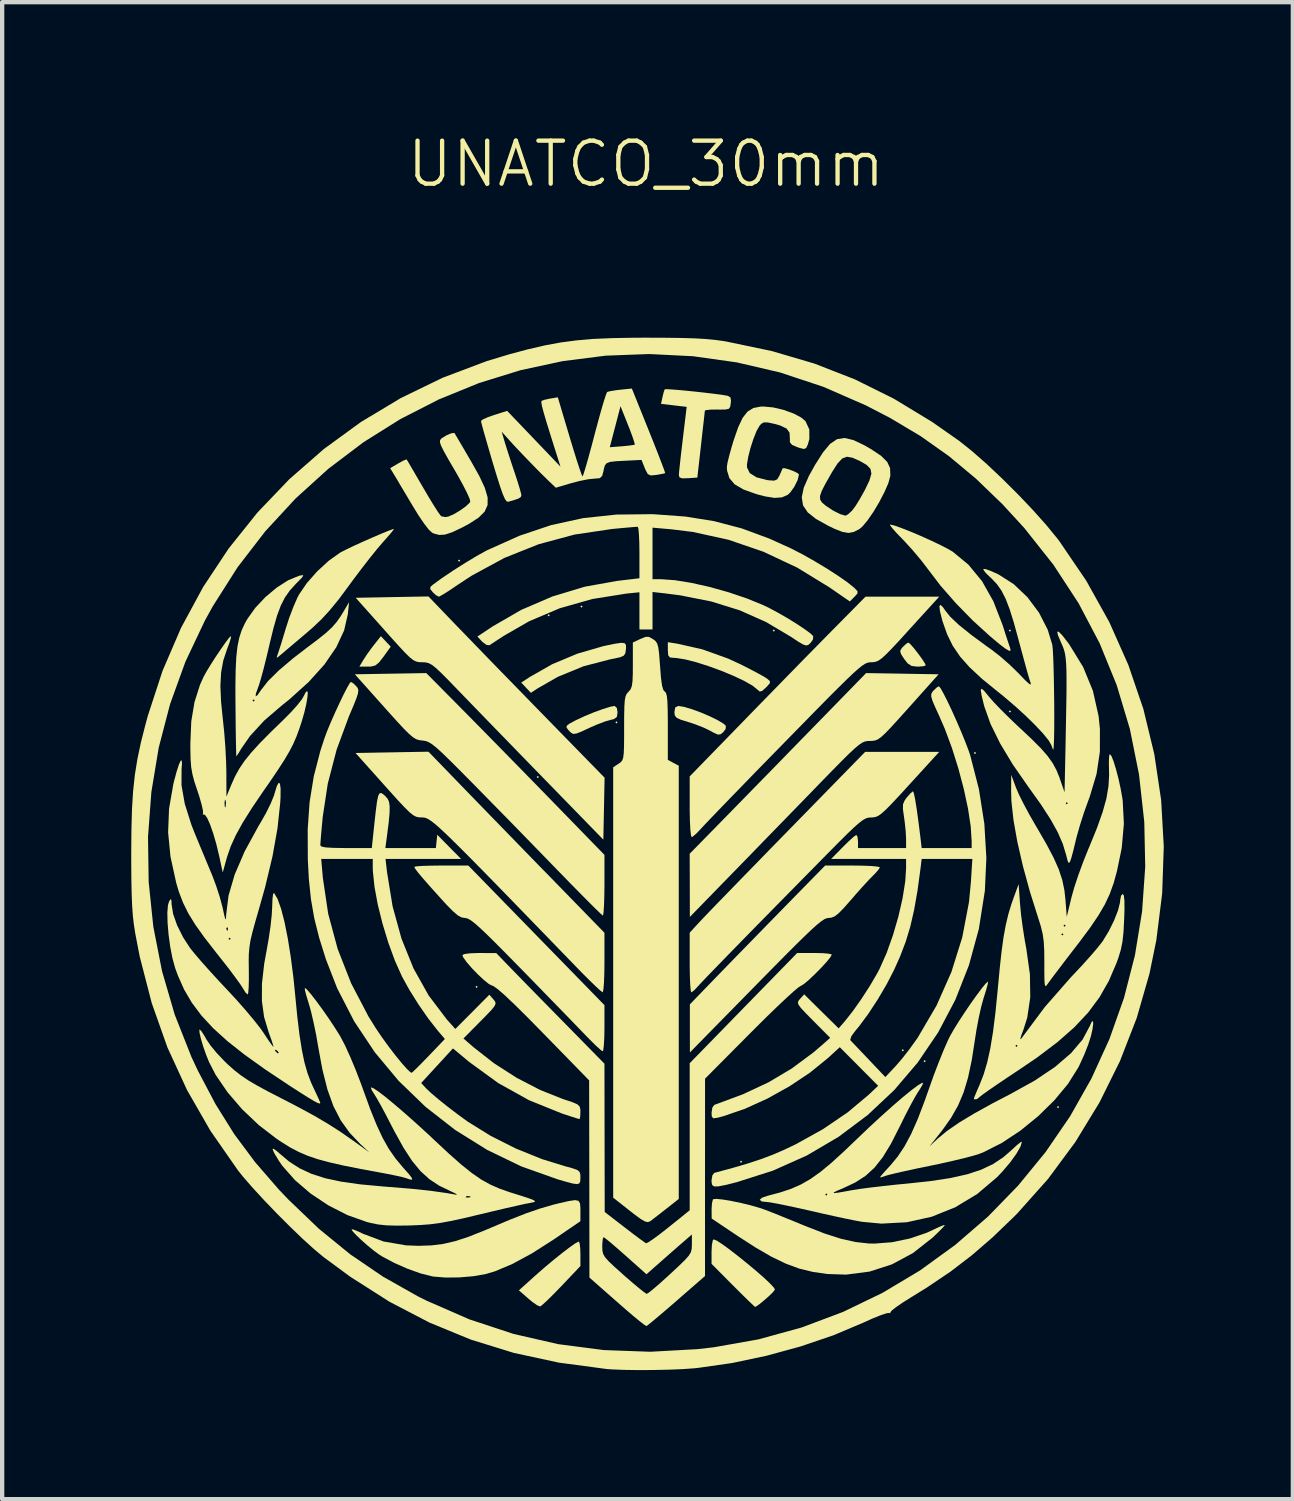
<source format=kicad_pcb>
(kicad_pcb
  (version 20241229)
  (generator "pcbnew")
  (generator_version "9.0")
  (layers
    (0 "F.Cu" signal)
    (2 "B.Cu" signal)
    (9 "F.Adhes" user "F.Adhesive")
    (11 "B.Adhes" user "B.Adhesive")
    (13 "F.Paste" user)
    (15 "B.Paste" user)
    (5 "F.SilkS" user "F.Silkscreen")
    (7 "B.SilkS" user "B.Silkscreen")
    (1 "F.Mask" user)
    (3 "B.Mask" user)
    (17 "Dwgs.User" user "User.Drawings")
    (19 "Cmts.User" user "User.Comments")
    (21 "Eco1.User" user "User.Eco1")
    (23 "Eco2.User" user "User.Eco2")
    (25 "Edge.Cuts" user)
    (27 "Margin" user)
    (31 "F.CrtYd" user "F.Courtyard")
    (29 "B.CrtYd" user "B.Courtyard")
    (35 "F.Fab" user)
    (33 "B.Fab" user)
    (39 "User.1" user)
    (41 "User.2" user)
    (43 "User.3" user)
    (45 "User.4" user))
  (footprint "UNATCO_30mm"
    (layer "F.Cu")
    (at 11.963 16.761)
    (property "Reference" "UNATCO_30mm" (at 0 -16 0) (unlocked yes) (layer "F.SilkS") (effects (font (size 1 1) (thickness 0.1))))
    (attr smd)
    (fp_poly (pts (xy -4.318 -6.782) (xy -4.343 -6.756) (xy -4.369 -6.782) (xy -4.343 -6.807)) (stroke (width 0) (type solid)) (fill yes) (layer "F.SilkS"))
    (fp_poly (pts (xy -3.912 3.124) (xy -3.937 3.15) (xy -3.962 3.124) (xy -3.937 3.099)) (stroke (width 0) (type solid)) (fill yes) (layer "F.SilkS"))
    (fp_poly (pts (xy -2.489 -1.753) (xy -2.515 -1.727) (xy -2.54 -1.753) (xy -2.515 -1.778)) (stroke (width 0) (type solid)) (fill yes) (layer "F.SilkS"))
    (fp_poly (pts (xy -2.235 -5.512) (xy -2.261 -5.486) (xy -2.286 -5.512) (xy -2.261 -5.537)) (stroke (width 0) (type solid)) (fill yes) (layer "F.SilkS"))
    (fp_poly (pts (xy -1.473 -5.715) (xy -1.499 -5.69) (xy -1.524 -5.715) (xy -1.499 -5.74)) (stroke (width 0) (type solid)) (fill yes) (layer "F.SilkS"))
    (fp_poly (pts (xy -0.66 -3.023) (xy -0.686 -2.997) (xy -0.711 -3.023) (xy -0.686 -3.048)) (stroke (width 0) (type solid)) (fill yes) (layer "F.SilkS"))
    (fp_poly (pts (xy 2.235 7.188) (xy 2.21 7.214) (xy 2.184 7.188) (xy 2.21 7.163)) (stroke (width 0) (type solid)) (fill yes) (layer "F.SilkS"))
    (fp_poly (pts (xy 2.997 -5.156) (xy 2.972 -5.131) (xy 2.946 -5.156) (xy 2.972 -5.182)) (stroke (width 0) (type solid)) (fill yes) (layer "F.SilkS"))
    (fp_poly (pts (xy 5.994 4.597) (xy 5.969 4.623) (xy 5.944 4.597) (xy 5.969 4.572)) (stroke (width 0) (type solid)) (fill yes) (layer "F.SilkS"))
    (fp_poly (pts (xy 6.502 4.851) (xy 6.477 4.877) (xy 6.452 4.851) (xy 6.477 4.826)) (stroke (width 0) (type solid)) (fill yes) (layer "F.SilkS"))
    (fp_poly (pts (xy 7.671 -2.311) (xy 7.645 -2.286) (xy 7.62 -2.311) (xy 7.645 -2.337)) (stroke (width 0) (type solid)) (fill yes) (layer "F.SilkS"))
    (fp_poly (pts (xy 8.484 -5.156) (xy 8.458 -5.131) (xy 8.433 -5.156) (xy 8.458 -5.182)) (stroke (width 0) (type solid)) (fill yes) (layer "F.SilkS"))
    (fp_poly (pts (xy 8.484 -3.277) (xy 8.458 -3.251) (xy 8.433 -3.277) (xy 8.458 -3.302)) (stroke (width 0) (type solid)) (fill yes) (layer "F.SilkS"))
    (fp_poly (pts (xy 9.601 5.918) (xy 9.576 5.944) (xy 9.55 5.918) (xy 9.576 5.893)) (stroke (width 0) (type solid)) (fill yes) (layer "F.SilkS"))
    (fp_poly (pts (xy -6.047 -4.904) (xy -5.932 -4.782) (xy -6.099 -4.55) (xy -6.204 -4.415) (xy -6.29 -4.345) (xy -6.391 -4.32) (xy -6.463 -4.318) (xy -6.661 -4.318) (xy -6.572 -4.468) (xy -6.485 -4.601) (xy -6.37 -4.76) (xy -6.322 -4.822) (xy -6.161 -5.026)) (stroke (width 0) (type solid)) (fill yes) (layer "F.SilkS"))
    (fp_poly (pts (xy 6.146 -4.839) (xy 6.228 -4.745) (xy 6.325 -4.621) (xy 6.417 -4.495) (xy 6.483 -4.394) (xy 6.502 -4.349) (xy 6.457 -4.329) (xy 6.346 -4.319) (xy 6.312 -4.318) (xy 6.175 -4.333) (xy 6.079 -4.395) (xy 6 -4.497) (xy 5.926 -4.612) (xy 5.908 -4.682) (xy 5.941 -4.743) (xy 5.97 -4.776) (xy 6.051 -4.851) (xy 6.1 -4.877)) (stroke (width 0) (type solid)) (fill yes) (layer "F.SilkS"))
    (fp_poly (pts (xy -1.541 9.089) (xy -1.528 9.207) (xy -1.524 9.328) (xy -1.524 9.613) (xy -1.964 10.077) (xy -2.136 10.254) (xy -2.285 10.402) (xy -2.398 10.506) (xy -2.457 10.552) (xy -2.46 10.552) (xy -2.525 10.527) (xy -2.636 10.451) (xy -2.734 10.37) (xy -2.953 10.177) (xy -2.571 9.833) (xy -2.363 9.651) (xy -2.151 9.473) (xy -1.949 9.311) (xy -1.773 9.177) (xy -1.641 9.084) (xy -1.566 9.044) (xy -1.562 9.044)) (stroke (width 0) (type solid)) (fill yes) (layer "F.SilkS"))
    (fp_poly (pts (xy -0.498 -4.864) (xy -0.466 -4.825) (xy -0.463 -4.752) (xy -0.467 -4.714) (xy -0.48 -4.628) (xy -0.515 -4.574) (xy -0.593 -4.538) (xy -0.739 -4.505) (xy -0.831 -4.488) (xy -1.45 -4.327) (xy -2.047 -4.082) (xy -2.519 -3.812) (xy -2.675 -3.709) (xy -2.787 -3.828) (xy -2.899 -3.947) (xy -2.703 -4.076) (xy -2.176 -4.376) (xy -1.593 -4.62) (xy -0.992 -4.794) (xy -0.949 -4.803) (xy -0.723 -4.85) (xy -0.578 -4.871)) (stroke (width 0) (type solid)) (fill yes) (layer "F.SilkS"))
    (fp_poly (pts (xy -0.677 -3.358) (xy -0.66 -3.257) (xy -0.676 -3.151) (xy -0.743 -3.099) (xy -0.826 -3.079) (xy -0.957 -3.041) (xy -1.138 -2.972) (xy -1.313 -2.896) (xy -1.498 -2.809) (xy -1.615 -2.763) (xy -1.688 -2.754) (xy -1.742 -2.781) (xy -1.799 -2.839) (xy -1.8 -2.841) (xy -1.845 -2.898) (xy -1.842 -2.943) (xy -1.778 -2.993) (xy -1.639 -3.067) (xy -1.619 -3.077) (xy -1.424 -3.168) (xy -1.209 -3.257) (xy -1.002 -3.332) (xy -0.832 -3.385) (xy -0.729 -3.404)) (stroke (width 0) (type solid)) (fill yes) (layer "F.SilkS"))
    (fp_poly (pts (xy 0.885 -3.383) (xy 1.069 -3.328) (xy 1.279 -3.251) (xy 1.489 -3.161) (xy 1.674 -3.07) (xy 1.807 -2.989) (xy 1.857 -2.942) (xy 1.851 -2.869) (xy 1.797 -2.796) (xy 1.732 -2.745) (xy 1.67 -2.739) (xy 1.575 -2.781) (xy 1.501 -2.823) (xy 1.34 -2.901) (xy 1.133 -2.982) (xy 0.981 -3.031) (xy 0.808 -3.085) (xy 0.711 -3.13) (xy 0.67 -3.183) (xy 0.66 -3.261) (xy 0.66 -3.263) (xy 0.681 -3.371) (xy 0.752 -3.404) (xy 0.754 -3.404)) (stroke (width 0) (type solid)) (fill yes) (layer "F.SilkS"))
    (fp_poly (pts (xy 1.646 9.023) (xy 1.777 9.108) (xy 1.95 9.234) (xy 2.148 9.388) (xy 2.357 9.556) (xy 2.56 9.726) (xy 2.742 9.885) (xy 2.885 10.02) (xy 2.975 10.117) (xy 2.997 10.158) (xy 2.962 10.208) (xy 2.874 10.297) (xy 2.759 10.399) (xy 2.646 10.492) (xy 2.562 10.552) (xy 2.535 10.562) (xy 2.494 10.526) (xy 2.394 10.431) (xy 2.251 10.291) (xy 2.077 10.118) (xy 2.019 10.06) (xy 1.524 9.562) (xy 1.524 9.277) (xy 1.532 9.122) (xy 1.552 9.018) (xy 1.572 8.992)) (stroke (width 0) (type solid)) (fill yes) (layer "F.SilkS"))
    (fp_poly (pts (xy 0.724 -4.852) (xy 1.312 -4.719) (xy 1.909 -4.505) (xy 2.21 -4.366) (xy 2.426 -4.256) (xy 2.616 -4.155) (xy 2.757 -4.076) (xy 2.817 -4.037) (xy 2.879 -3.982) (xy 2.88 -3.934) (xy 2.813 -3.857) (xy 2.788 -3.832) (xy 2.697 -3.751) (xy 2.64 -3.74) (xy 2.596 -3.779) (xy 2.48 -3.874) (xy 2.287 -3.984) (xy 2.038 -4.102) (xy 1.754 -4.22) (xy 1.458 -4.328) (xy 1.17 -4.42) (xy 0.911 -4.486) (xy 0.704 -4.519) (xy 0.652 -4.521) (xy 0.556 -4.532) (xy 0.516 -4.583) (xy 0.508 -4.703) (xy 0.508 -4.886)) (stroke (width 0) (type solid)) (fill yes) (layer "F.SilkS"))
    (fp_poly (pts (xy 5.767 -7.599) (xy 5.93 -7.542) (xy 6.141 -7.459) (xy 6.377 -7.359) (xy 6.618 -7.251) (xy 6.84 -7.145) (xy 7.023 -7.051) (xy 7.129 -6.989) (xy 7.495 -6.687) (xy 7.81 -6.304) (xy 8.074 -5.836) (xy 8.29 -5.28) (xy 8.297 -5.258) (xy 8.36 -5.058) (xy 8.416 -4.889) (xy 8.453 -4.779) (xy 8.46 -4.763) (xy 8.475 -4.696) (xy 8.446 -4.683) (xy 8.364 -4.729) (xy 8.222 -4.836) (xy 8.015 -5.009) (xy 8.001 -5.02) (xy 7.595 -5.39) (xy 7.201 -5.793) (xy 6.845 -6.2) (xy 6.576 -6.553) (xy 6.406 -6.776) (xy 6.201 -7.021) (xy 6 -7.241) (xy 5.965 -7.277) (xy 5.824 -7.423) (xy 5.722 -7.538) (xy 5.672 -7.607) (xy 5.674 -7.62)) (stroke (width 0) (type solid)) (fill yes) (layer "F.SilkS"))
    (fp_poly (pts (xy -4.42 -5.288) (xy -4.235 -5.097) (xy -3.993 -4.847) (xy -3.705 -4.55) (xy -3.385 -4.22) (xy -3.044 -3.871) (xy -2.697 -3.514) (xy -2.373 -3.182) (xy -0.962 -1.737) (xy -0.976 -1.017) (xy -0.991 -0.297) (xy -2.362 -1.705) (xy -2.7 -2.052) (xy -3.043 -2.405) (xy -3.379 -2.751) (xy -3.694 -3.075) (xy -3.976 -3.366) (xy -4.21 -3.608) (xy -4.363 -3.766) (xy -4.589 -4) (xy -4.758 -4.17) (xy -4.883 -4.287) (xy -4.976 -4.36) (xy -5.052 -4.4) (xy -5.121 -4.416) (xy -5.199 -4.42) (xy -5.201 -4.42) (xy -5.275 -4.422) (xy -5.34 -4.436) (xy -5.409 -4.47) (xy -5.492 -4.536) (xy -5.601 -4.643) (xy -5.748 -4.801) (xy -5.945 -5.019) (xy -6.078 -5.169) (xy -6.746 -5.918) (xy -5.9 -5.934) (xy -5.055 -5.949)) (stroke (width 0) (type solid)) (fill yes) (layer "F.SilkS"))
    (fp_poly (pts (xy 5.04 0.308) (xy 5.239 0.316) (xy 5.377 0.329) (xy 5.435 0.344) (xy 5.436 0.346) (xy 5.402 0.404) (xy 5.317 0.499) (xy 5.279 0.537) (xy 5.179 0.639) (xy 5.036 0.794) (xy 4.872 0.978) (xy 4.762 1.105) (xy 4.595 1.295) (xy 4.474 1.418) (xy 4.382 1.488) (xy 4.303 1.518) (xy 4.245 1.523) (xy 4.201 1.529) (xy 4.146 1.552) (xy 4.075 1.599) (xy 3.98 1.675) (xy 3.854 1.788) (xy 3.692 1.942) (xy 3.485 2.145) (xy 3.228 2.402) (xy 2.913 2.721) (xy 2.555 3.085) (xy 1.021 4.648) (xy 1.02 4.089) (xy 1.02 3.531) (xy 1.659 2.87) (xy 1.884 2.638) (xy 2.16 2.355) (xy 2.467 2.04) (xy 2.785 1.714) (xy 3.094 1.398) (xy 3.231 1.257) (xy 4.164 0.305) (xy 4.8 0.305)) (stroke (width 0) (type solid)) (fill yes) (layer "F.SilkS"))
    (fp_poly (pts (xy 5.959 -4.154) (xy 6.801 -4.14) (xy 6.108 -3.365) (xy 5.874 -3.105) (xy 5.696 -2.91) (xy 5.564 -2.772) (xy 5.465 -2.681) (xy 5.388 -2.627) (xy 5.322 -2.601) (xy 5.257 -2.592) (xy 5.206 -2.591) (xy 5.145 -2.589) (xy 5.088 -2.578) (xy 5.026 -2.551) (xy 4.95 -2.5) (xy 4.851 -2.417) (xy 4.72 -2.295) (xy 4.55 -2.126) (xy 4.329 -1.902) (xy 4.051 -1.617) (xy 3.908 -1.469) (xy 3.577 -1.128) (xy 3.215 -0.756) (xy 2.842 -0.373) (xy 2.481 -0.001) (xy 2.152 0.337) (xy 1.92 0.575) (xy 1.02 1.499) (xy 1.018 0.764) (xy 1.016 0.03) (xy 1.666 -0.633) (xy 1.854 -0.825) (xy 2.1 -1.077) (xy 2.391 -1.375) (xy 2.714 -1.705) (xy 3.056 -2.055) (xy 3.403 -2.412) (xy 3.716 -2.732) (xy 5.116 -4.168)) (stroke (width 0) (type solid)) (fill yes) (layer "F.SilkS"))
    (fp_poly (pts (xy 0.625 -10.758) (xy 0.819 -10.742) (xy 1.052 -10.719) (xy 1.303 -10.692) (xy 1.551 -10.663) (xy 1.768 -10.635) (xy 1.904 -10.611) (xy 1.964 -10.573) (xy 1.975 -10.498) (xy 1.971 -10.446) (xy 1.958 -10.357) (xy 1.925 -10.31) (xy 1.845 -10.293) (xy 1.693 -10.292) (xy 1.664 -10.293) (xy 1.506 -10.291) (xy 1.399 -10.28) (xy 1.369 -10.267) (xy 1.362 -10.209) (xy 1.347 -10.067) (xy 1.323 -9.861) (xy 1.295 -9.61) (xy 1.28 -9.474) (xy 1.194 -8.712) (xy 0.978 -8.697) (xy 0.84 -8.694) (xy 0.778 -8.717) (xy 0.764 -8.773) (xy 0.771 -8.854) (xy 0.788 -9.016) (xy 0.812 -9.237) (xy 0.843 -9.498) (xy 0.856 -9.61) (xy 0.946 -10.355) (xy 0.648 -10.39) (xy 0.35 -10.425) (xy 0.384 -10.584) (xy 0.413 -10.701) (xy 0.436 -10.763) (xy 0.436 -10.764) (xy 0.491 -10.766)) (stroke (width 0) (type solid)) (fill yes) (layer "F.SilkS"))
    (fp_poly (pts (xy -5.878 -7.484) (xy -5.953 -7.392) (xy -6.069 -7.26) (xy -6.122 -7.201) (xy -6.254 -7.046) (xy -6.426 -6.832) (xy -6.62 -6.582) (xy -6.818 -6.319) (xy -6.907 -6.197) (xy -7.141 -5.882) (xy -7.345 -5.632) (xy -7.54 -5.42) (xy -7.748 -5.223) (xy -7.881 -5.108) (xy -8.077 -4.942) (xy -8.257 -4.79) (xy -8.398 -4.67) (xy -8.479 -4.601) (xy -8.562 -4.533) (xy -8.584 -4.53) (xy -8.563 -4.593) (xy -8.562 -4.597) (xy -8.531 -4.688) (xy -8.479 -4.849) (xy -8.416 -5.057) (xy -8.371 -5.207) (xy -8.289 -5.459) (xy -8.194 -5.708) (xy -8.103 -5.917) (xy -8.063 -5.994) (xy -7.88 -6.262) (xy -7.64 -6.533) (xy -7.374 -6.778) (xy -7.114 -6.963) (xy -7.087 -6.979) (xy -6.964 -7.042) (xy -6.788 -7.126) (xy -6.581 -7.22) (xy -6.366 -7.315) (xy -6.163 -7.402) (xy -5.996 -7.471) (xy -5.886 -7.511) (xy -5.857 -7.518)) (stroke (width 0) (type solid)) (fill yes) (layer "F.SilkS"))
    (fp_poly (pts (xy -2.547 1.927) (xy -0.965 3.549) (xy -0.965 4.086) (xy -0.969 4.306) (xy -0.979 4.482) (xy -0.993 4.594) (xy -1.006 4.623) (xy -1.056 4.588) (xy -1.159 4.495) (xy -1.299 4.357) (xy -1.424 4.229) (xy -1.556 4.092) (xy -1.746 3.895) (xy -1.982 3.652) (xy -2.252 3.375) (xy -2.541 3.077) (xy -2.839 2.772) (xy -2.929 2.68) (xy -3.25 2.353) (xy -3.509 2.092) (xy -3.713 1.891) (xy -3.871 1.742) (xy -3.991 1.638) (xy -4.081 1.571) (xy -4.147 1.536) (xy -4.2 1.524) (xy -4.207 1.524) (xy -4.287 1.51) (xy -4.375 1.462) (xy -4.488 1.365) (xy -4.642 1.208) (xy -4.736 1.105) (xy -4.985 0.829) (xy -5.169 0.62) (xy -5.294 0.472) (xy -5.364 0.379) (xy -5.385 0.336) (xy -5.337 0.324) (xy -5.207 0.314) (xy -5.015 0.308) (xy -4.778 0.305) (xy -4.757 0.305) (xy -4.129 0.305)) (stroke (width 0) (type solid)) (fill yes) (layer "F.SilkS"))
    (fp_poly (pts (xy 1.791 8.068) (xy 1.991 8.102) (xy 2.216 8.149) (xy 2.442 8.204) (xy 2.646 8.263) (xy 2.752 8.299) (xy 2.925 8.366) (xy 3.162 8.461) (xy 3.43 8.57) (xy 3.7 8.681) (xy 3.708 8.684) (xy 4.154 8.858) (xy 4.536 8.98) (xy 4.872 9.055) (xy 5.184 9.089) (xy 5.309 9.091) (xy 5.715 9.06) (xy 6.136 8.972) (xy 6.523 8.84) (xy 6.628 8.792) (xy 6.784 8.718) (xy 6.898 8.67) (xy 6.947 8.657) (xy 6.92 8.696) (xy 6.834 8.786) (xy 6.705 8.911) (xy 6.656 8.957) (xy 6.202 9.313) (xy 5.713 9.575) (xy 5.195 9.742) (xy 4.651 9.812) (xy 4.216 9.798) (xy 3.881 9.75) (xy 3.565 9.673) (xy 3.25 9.557) (xy 2.916 9.396) (xy 2.545 9.181) (xy 2.153 8.928) (xy 1.527 8.509) (xy 1.525 8.296) (xy 1.533 8.159) (xy 1.554 8.071) (xy 1.564 8.059) (xy 1.64 8.052)) (stroke (width 0) (type solid)) (fill yes) (layer "F.SilkS"))
    (fp_poly (pts (xy -1.569 8.097) (xy -1.533 8.156) (xy -1.524 8.264) (xy -1.524 8.324) (xy -1.524 8.571) (xy -2.135 8.989) (xy -2.644 9.315) (xy -3.104 9.564) (xy -3.509 9.735) (xy -3.721 9.798) (xy -4.009 9.849) (xy -4.339 9.877) (xy -4.664 9.88) (xy -4.942 9.857) (xy -4.97 9.852) (xy -5.235 9.785) (xy -5.543 9.675) (xy -5.852 9.539) (xy -6.123 9.395) (xy -6.195 9.35) (xy -6.326 9.254) (xy -6.474 9.133) (xy -6.619 9.005) (xy -6.741 8.888) (xy -6.822 8.799) (xy -6.843 8.756) (xy -6.792 8.767) (xy -6.678 8.814) (xy -6.575 8.863) (xy -6.1 9.042) (xy -5.577 9.132) (xy -5.285 9.143) (xy -4.987 9.133) (xy -4.711 9.099) (xy -4.432 9.034) (xy -4.124 8.933) (xy -3.763 8.79) (xy -3.605 8.723) (xy -3.163 8.536) (xy -2.789 8.389) (xy -2.461 8.276) (xy -2.157 8.188) (xy -2.013 8.152) (xy -1.791 8.102) (xy -1.648 8.081)) (stroke (width 0) (type solid)) (fill yes) (layer "F.SilkS"))
    (fp_poly (pts (xy -4.318 -1.579) (xy -4.101 -1.355) (xy -3.828 -1.074) (xy -3.513 -0.75) (xy -3.173 -0.4) (xy -2.822 -0.039) (xy -2.474 0.319) (xy -2.273 0.524) (xy -0.965 1.867) (xy -0.965 2.559) (xy -0.968 2.811) (xy -0.976 3.022) (xy -0.988 3.173) (xy -1.003 3.247) (xy -1.007 3.251) (xy -1.055 3.216) (xy -1.16 3.12) (xy -1.31 2.975) (xy -1.492 2.793) (xy -1.627 2.654) (xy -2.189 2.074) (xy -2.686 1.561) (xy -3.12 1.114) (xy -3.497 0.726) (xy -3.822 0.394) (xy -4.098 0.114) (xy -4.331 -0.119) (xy -4.524 -0.31) (xy -4.682 -0.462) (xy -4.81 -0.58) (xy -4.912 -0.668) (xy -4.992 -0.73) (xy -5.056 -0.772) (xy -5.107 -0.797) (xy -5.149 -0.809) (xy -5.188 -0.813) (xy -5.206 -0.813) (xy -5.278 -0.816) (xy -5.343 -0.83) (xy -5.412 -0.867) (xy -5.497 -0.935) (xy -5.609 -1.046) (xy -5.761 -1.207) (xy -5.962 -1.43) (xy -6.08 -1.562) (xy -6.75 -2.311) (xy -5.903 -2.326) (xy -5.055 -2.341)) (stroke (width 0) (type solid)) (fill yes) (layer "F.SilkS"))
    (fp_poly (pts (xy -4.187 -3.24) (xy -3.903 -2.952) (xy -3.569 -2.612) (xy -3.203 -2.239) (xy -2.827 -1.855) (xy -2.46 -1.479) (xy -2.122 -1.132) (xy -2.117 -1.127) (xy -0.965 0.057) (xy -0.965 0.765) (xy -0.968 1.02) (xy -0.975 1.232) (xy -0.985 1.386) (xy -0.998 1.462) (xy -1.003 1.467) (xy -1.047 1.43) (xy -1.152 1.329) (xy -1.309 1.173) (xy -1.51 0.971) (xy -1.744 0.733) (xy -2.003 0.467) (xy -2.081 0.387) (xy -2.411 0.047) (xy -2.778 -0.33) (xy -3.158 -0.72) (xy -3.53 -1.099) (xy -3.868 -1.444) (xy -4.057 -1.636) (xy -4.342 -1.924) (xy -4.566 -2.147) (xy -4.739 -2.315) (xy -4.87 -2.434) (xy -4.97 -2.514) (xy -5.049 -2.562) (xy -5.115 -2.588) (xy -5.18 -2.599) (xy -5.199 -2.601) (xy -5.273 -2.61) (xy -5.341 -2.632) (xy -5.415 -2.677) (xy -5.507 -2.755) (xy -5.629 -2.876) (xy -5.79 -3.05) (xy -6.004 -3.287) (xy -6.085 -3.378) (xy -6.766 -4.14) (xy -5.936 -4.154) (xy -5.106 -4.168)) (stroke (width 0) (type solid)) (fill yes) (layer "F.SilkS"))
    (fp_poly (pts (xy 6.12 -1.575) (xy 5.883 -1.316) (xy 5.703 -1.124) (xy 5.568 -0.988) (xy 5.468 -0.899) (xy 5.391 -0.846) (xy 5.325 -0.821) (xy 5.26 -0.813) (xy 5.237 -0.813) (xy 5.175 -0.809) (xy 5.114 -0.792) (xy 5.042 -0.753) (xy 4.951 -0.684) (xy 4.83 -0.577) (xy 4.67 -0.424) (xy 4.461 -0.216) (xy 4.193 0.055) (xy 4.135 0.114) (xy 3.568 0.69) (xy 3.057 1.209) (xy 2.603 1.671) (xy 2.209 2.074) (xy 1.876 2.415) (xy 1.607 2.692) (xy 1.404 2.902) (xy 1.269 3.045) (xy 1.208 3.111) (xy 1.12 3.204) (xy 1.058 3.25) (xy 1.052 3.251) (xy 1.039 3.203) (xy 1.028 3.073) (xy 1.02 2.877) (xy 1.016 2.635) (xy 1.016 2.558) (xy 1.016 1.865) (xy 1.255 1.605) (xy 1.338 1.518) (xy 1.483 1.366) (xy 1.684 1.158) (xy 1.933 0.902) (xy 2.22 0.606) (xy 2.54 0.278) (xy 2.882 -0.074) (xy 3.241 -0.441) (xy 3.294 -0.495) (xy 5.094 -2.337) (xy 5.954 -2.337) (xy 6.815 -2.337)) (stroke (width 0) (type solid)) (fill yes) (layer "F.SilkS"))
    (fp_poly (pts (xy 6.121 -5.182) (xy 5.886 -4.923) (xy 5.706 -4.731) (xy 5.572 -4.595) (xy 5.473 -4.506) (xy 5.395 -4.453) (xy 5.33 -4.428) (xy 5.264 -4.42) (xy 5.235 -4.42) (xy 5.189 -4.417) (xy 5.143 -4.407) (xy 5.088 -4.382) (xy 5.02 -4.337) (xy 4.932 -4.266) (xy 4.816 -4.163) (xy 4.668 -4.022) (xy 4.48 -3.837) (xy 4.246 -3.603) (xy 3.96 -3.313) (xy 3.616 -2.962) (xy 3.24 -2.578) (xy 2.883 -2.213) (xy 2.542 -1.864) (xy 2.227 -1.539) (xy 1.943 -1.247) (xy 1.699 -0.994) (xy 1.502 -0.789) (xy 1.36 -0.64) (xy 1.28 -0.554) (xy 1.273 -0.546) (xy 1.168 -0.436) (xy 1.087 -0.367) (xy 1.062 -0.356) (xy 1.045 -0.403) (xy 1.031 -0.534) (xy 1.021 -0.731) (xy 1.016 -0.974) (xy 1.016 -1.061) (xy 1.016 -1.767) (xy 2.269 -3.055) (xy 2.605 -3.401) (xy 2.959 -3.763) (xy 3.314 -4.127) (xy 3.653 -4.474) (xy 3.962 -4.788) (xy 4.222 -5.053) (xy 4.312 -5.144) (xy 5.102 -5.944) (xy 5.958 -5.944) (xy 6.815 -5.944)) (stroke (width 0) (type solid)) (fill yes) (layer "F.SilkS"))
    (fp_poly (pts (xy 0.069 -5.009) (xy 0.163 -4.958) (xy 0.164 -4.957) (xy 0.221 -4.913) (xy 0.26 -4.856) (xy 0.286 -4.766) (xy 0.305 -4.621) (xy 0.322 -4.401) (xy 0.328 -4.32) (xy 0.349 -4.053) (xy 0.374 -3.875) (xy 0.404 -3.774) (xy 0.436 -3.739) (xy 0.464 -3.71) (xy 0.485 -3.637) (xy 0.498 -3.507) (xy 0.505 -3.307) (xy 0.508 -3.022) (xy 0.508 -2.931) (xy 0.508 -2.151) (xy 0.635 -2.083) (xy 0.762 -2.015) (xy 0.762 3.019) (xy 0.762 8.053) (xy 0.473 8.281) (xy 0.317 8.403) (xy 0.182 8.507) (xy 0.099 8.571) (xy 0.097 8.571) (xy 0.046 8.592) (xy -0.021 8.578) (xy -0.122 8.52) (xy -0.274 8.408) (xy -0.375 8.329) (xy -0.762 8.024) (xy -0.762 3.023) (xy -0.762 -1.979) (xy -0.635 -2.062) (xy -0.586 -2.097) (xy -0.551 -2.139) (xy -0.529 -2.204) (xy -0.516 -2.31) (xy -0.51 -2.474) (xy -0.508 -2.711) (xy -0.508 -2.894) (xy -0.507 -3.187) (xy -0.502 -3.396) (xy -0.492 -3.538) (xy -0.474 -3.63) (xy -0.446 -3.69) (xy -0.407 -3.733) (xy -0.406 -3.734) (xy -0.36 -3.787) (xy -0.33 -3.861) (xy -0.313 -3.977) (xy -0.306 -4.156) (xy -0.305 -4.352) (xy -0.305 -4.878) (xy -0.134 -4.96) (xy -0.013 -5.009)) (stroke (width 0) (type solid)) (fill yes) (layer "F.SilkS"))
    (fp_poly (pts (xy 4.825 -9.582) (xy 5.081 -9.459) (xy 5.247 -9.363) (xy 5.469 -9.213) (xy 5.607 -9.075) (xy 5.673 -8.932) (xy 5.679 -8.764) (xy 5.676 -8.739) (xy 5.632 -8.58) (xy 5.542 -8.374) (xy 5.423 -8.145) (xy 5.288 -7.918) (xy 5.151 -7.719) (xy 5.028 -7.572) (xy 4.959 -7.514) (xy 4.829 -7.448) (xy 4.707 -7.425) (xy 4.566 -7.449) (xy 4.382 -7.521) (xy 4.226 -7.597) (xy 3.95 -7.751) (xy 3.759 -7.903) (xy 3.65 -8.066) (xy 3.62 -8.253) (xy 3.626 -8.28) (xy 4.044 -8.28) (xy 4.049 -8.196) (xy 4.094 -8.129) (xy 4.177 -8.059) (xy 4.178 -8.058) (xy 4.347 -7.946) (xy 4.514 -7.862) (xy 4.638 -7.826) (xy 4.697 -7.858) (xy 4.785 -7.939) (xy 4.79 -7.945) (xy 4.868 -8.048) (xy 4.969 -8.211) (xy 5.075 -8.401) (xy 5.092 -8.432) (xy 5.195 -8.649) (xy 5.239 -8.802) (xy 5.218 -8.914) (xy 5.13 -9.005) (xy 4.979 -9.093) (xy 4.803 -9.172) (xy 4.671 -9.196) (xy 4.562 -9.156) (xy 4.454 -9.042) (xy 4.329 -8.847) (xy 4.303 -8.801) (xy 4.168 -8.564) (xy 4.082 -8.396) (xy 4.044 -8.28) (xy 3.626 -8.28) (xy 3.667 -8.477) (xy 3.788 -8.753) (xy 3.931 -9.009) (xy 4.114 -9.297) (xy 4.278 -9.494) (xy 4.44 -9.604) (xy 4.617 -9.632)) (stroke (width 0) (type solid)) (fill yes) (layer "F.SilkS"))
    (fp_poly (pts (xy -4.45 -9.746) (xy -4.422 -9.698) (xy -4.351 -9.578) (xy -4.248 -9.403) (xy -4.123 -9.188) (xy -4.067 -9.093) (xy -3.874 -8.749) (xy -3.745 -8.473) (xy -3.68 -8.252) (xy -3.681 -8.071) (xy -3.751 -7.918) (xy -3.891 -7.78) (xy -4.102 -7.643) (xy -4.269 -7.553) (xy -4.498 -7.444) (xy -4.668 -7.387) (xy -4.804 -7.378) (xy -4.931 -7.412) (xy -4.969 -7.43) (xy -5.043 -7.496) (xy -5.151 -7.635) (xy -5.283 -7.828) (xy -5.419 -8.049) (xy -5.555 -8.278) (xy -5.681 -8.489) (xy -5.782 -8.661) (xy -5.847 -8.768) (xy -5.848 -8.77) (xy -5.945 -8.93) (xy -5.76 -9.039) (xy -5.644 -9.103) (xy -5.572 -9.133) (xy -5.563 -9.133) (xy -5.534 -9.087) (xy -5.464 -8.968) (xy -5.362 -8.793) (xy -5.237 -8.578) (xy -5.182 -8.484) (xy -5.047 -8.254) (xy -4.926 -8.056) (xy -4.83 -7.907) (xy -4.768 -7.823) (xy -4.757 -7.812) (xy -4.664 -7.794) (xy -4.597 -7.804) (xy -4.473 -7.857) (xy -4.327 -7.943) (xy -4.192 -8.039) (xy -4.101 -8.124) (xy -4.083 -8.152) (xy -4.098 -8.218) (xy -4.158 -8.353) (xy -4.254 -8.542) (xy -4.378 -8.767) (xy -4.448 -8.888) (xy -4.597 -9.143) (xy -4.699 -9.326) (xy -4.761 -9.45) (xy -4.788 -9.53) (xy -4.786 -9.58) (xy -4.76 -9.614) (xy -4.744 -9.628) (xy -4.636 -9.694) (xy -4.528 -9.74) (xy -4.458 -9.75)) (stroke (width 0) (type solid)) (fill yes) (layer "F.SilkS"))
    (fp_poly (pts (xy 2.958 -10.342) (xy 3.202 -10.284) (xy 3.432 -10.2) (xy 3.615 -10.103) (xy 3.708 -10.021) (xy 3.796 -9.831) (xy 3.797 -9.606) (xy 3.761 -9.479) (xy 3.724 -9.4) (xy 3.672 -9.376) (xy 3.573 -9.4) (xy 3.52 -9.418) (xy 3.395 -9.471) (xy 3.345 -9.532) (xy 3.344 -9.622) (xy 3.337 -9.755) (xy 3.269 -9.85) (xy 3.123 -9.921) (xy 2.986 -9.96) (xy 2.831 -9.993) (xy 2.74 -9.995) (xy 2.679 -9.961) (xy 2.638 -9.914) (xy 2.57 -9.794) (xy 2.497 -9.61) (xy 2.428 -9.397) (xy 2.375 -9.187) (xy 2.347 -9.016) (xy 2.347 -8.949) (xy 2.411 -8.817) (xy 2.568 -8.718) (xy 2.812 -8.655) (xy 2.849 -8.649) (xy 2.98 -8.64) (xy 3.052 -8.672) (xy 3.104 -8.762) (xy 3.107 -8.769) (xy 3.153 -8.874) (xy 3.175 -8.926) (xy 3.175 -8.927) (xy 3.225 -8.929) (xy 3.326 -8.901) (xy 3.441 -8.857) (xy 3.53 -8.811) (xy 3.556 -8.784) (xy 3.525 -8.655) (xy 3.448 -8.499) (xy 3.351 -8.363) (xy 3.296 -8.312) (xy 3.162 -8.252) (xy 2.989 -8.239) (xy 2.76 -8.276) (xy 2.56 -8.329) (xy 2.265 -8.435) (xy 2.061 -8.555) (xy 1.938 -8.699) (xy 1.884 -8.877) (xy 1.88 -8.959) (xy 1.894 -9.054) (xy 1.934 -9.219) (xy 1.992 -9.427) (xy 2.036 -9.573) (xy 2.143 -9.881) (xy 2.247 -10.101) (xy 2.361 -10.246) (xy 2.495 -10.328) (xy 2.66 -10.361) (xy 2.729 -10.363)) (stroke (width 0) (type solid)) (fill yes) (layer "F.SilkS"))
    (fp_poly (pts (xy 7.899 -6.583) (xy 8.02 -6.539) (xy 8.181 -6.467) (xy 8.194 -6.46) (xy 8.547 -6.235) (xy 8.866 -5.931) (xy 9.135 -5.571) (xy 9.336 -5.178) (xy 9.443 -4.826) (xy 9.454 -4.725) (xy 9.464 -4.55) (xy 9.472 -4.316) (xy 9.479 -4.042) (xy 9.484 -3.744) (xy 9.488 -3.439) (xy 9.489 -3.144) (xy 9.488 -2.875) (xy 9.484 -2.65) (xy 9.478 -2.485) (xy 9.47 -2.397) (xy 9.465 -2.388) (xy 9.444 -2.429) (xy 9.422 -2.493) (xy 9.358 -2.604) (xy 9.228 -2.764) (xy 9.044 -2.96) (xy 8.821 -3.179) (xy 8.57 -3.407) (xy 8.307 -3.631) (xy 8.172 -3.739) (xy 7.808 -4.036) (xy 7.522 -4.302) (xy 7.3 -4.552) (xy 7.129 -4.803) (xy 6.998 -5.071) (xy 6.892 -5.373) (xy 6.884 -5.401) (xy 6.833 -5.603) (xy 6.82 -5.722) (xy 6.844 -5.755) (xy 6.904 -5.697) (xy 6.953 -5.625) (xy 7.074 -5.474) (xy 7.276 -5.284) (xy 7.562 -5.054) (xy 7.935 -4.78) (xy 8.029 -4.714) (xy 8.229 -4.559) (xy 8.451 -4.365) (xy 8.651 -4.17) (xy 8.676 -4.144) (xy 8.824 -3.991) (xy 8.912 -3.912) (xy 8.946 -3.903) (xy 8.937 -3.946) (xy 8.907 -4.04) (xy 8.857 -4.212) (xy 8.793 -4.445) (xy 8.719 -4.718) (xy 8.657 -4.948) (xy 8.549 -5.342) (xy 8.452 -5.652) (xy 8.359 -5.894) (xy 8.263 -6.083) (xy 8.157 -6.234) (xy 8.033 -6.365) (xy 7.998 -6.397) (xy 7.896 -6.496) (xy 7.843 -6.569) (xy 7.842 -6.589)) (stroke (width 0) (type solid)) (fill yes) (layer "F.SilkS"))
    (fp_poly (pts (xy -7.964 -6.433) (xy -8.003 -6.379) (xy -8.108 -6.271) (xy -8.138 -6.241) (xy -8.275 -6.09) (xy -8.388 -5.93) (xy -8.485 -5.742) (xy -8.572 -5.51) (xy -8.657 -5.214) (xy -8.749 -4.838) (xy -8.759 -4.792) (xy -8.826 -4.51) (xy -8.892 -4.247) (xy -8.952 -4.028) (xy -8.999 -3.875) (xy -9.014 -3.835) (xy -9.066 -3.69) (xy -9.071 -3.628) (xy -9.03 -3.654) (xy -8.95 -3.769) (xy -8.786 -3.98) (xy -8.534 -4.229) (xy -8.198 -4.514) (xy -7.874 -4.763) (xy -7.622 -4.953) (xy -7.436 -5.102) (xy -7.299 -5.229) (xy -7.193 -5.35) (xy -7.1 -5.482) (xy -7.035 -5.588) (xy -6.9 -5.817) (xy -6.929 -5.537) (xy -7.015 -5.16) (xy -7.198 -4.768) (xy -7.474 -4.366) (xy -7.84 -3.96) (xy -8.293 -3.552) (xy -8.467 -3.413) (xy -8.874 -3.063) (xy -9.202 -2.706) (xy -9.402 -2.418) (xy -9.47 -2.305) (xy -9.514 -2.241) (xy -9.52 -2.235) (xy -9.523 -2.284) (xy -9.527 -2.42) (xy -9.531 -2.629) (xy -9.535 -2.898) (xy -9.538 -3.211) (xy -9.54 -3.417) (xy -9.541 -3.531) (xy -9.144 -3.531) (xy -9.119 -3.505) (xy -9.093 -3.531) (xy -9.119 -3.556) (xy -9.144 -3.531) (xy -9.541 -3.531) (xy -9.542 -3.874) (xy -9.536 -4.245) (xy -9.521 -4.544) (xy -9.494 -4.786) (xy -9.453 -4.986) (xy -9.398 -5.159) (xy -9.324 -5.319) (xy -9.268 -5.42) (xy -9.081 -5.683) (xy -8.844 -5.935) (xy -8.58 -6.156) (xy -8.313 -6.327) (xy -8.066 -6.428) (xy -8.059 -6.43) (xy -7.984 -6.445)) (stroke (width 0) (type solid)) (fill yes) (layer "F.SilkS"))
    (fp_poly (pts (xy 9.594 -5.128) (xy 9.679 -5.041) (xy 9.811 -4.871) (xy 9.836 -4.837) (xy 10.16 -4.309) (xy 10.387 -3.756) (xy 10.519 -3.17) (xy 10.55 -2.871) (xy 10.549 -2.34) (xy 10.472 -1.824) (xy 10.313 -1.293) (xy 10.276 -1.194) (xy 10.18 -0.927) (xy 10.085 -0.63) (xy 10.008 -0.358) (xy 9.995 -0.305) (xy 9.931 -0.04) (xy 9.884 0.134) (xy 9.851 0.226) (xy 9.824 0.244) (xy 9.8 0.197) (xy 9.773 0.092) (xy 9.765 0.059) (xy 9.688 -0.197) (xy 9.569 -0.47) (xy 9.4 -0.774) (xy 9.174 -1.122) (xy 9.159 -1.143) (xy 9.754 -1.143) (xy 9.779 -1.118) (xy 9.804 -1.143) (xy 9.779 -1.168) (xy 9.754 -1.143) (xy 9.159 -1.143) (xy 8.886 -1.524) (xy 8.524 -2.045) (xy 8.229 -2.536) (xy 8.007 -2.988) (xy 7.863 -3.393) (xy 7.852 -3.436) (xy 7.8 -3.649) (xy 7.781 -3.77) (xy 7.797 -3.806) (xy 7.853 -3.762) (xy 7.951 -3.644) (xy 7.967 -3.624) (xy 8.08 -3.495) (xy 8.247 -3.321) (xy 8.447 -3.122) (xy 8.657 -2.922) (xy 8.679 -2.902) (xy 8.959 -2.639) (xy 9.173 -2.425) (xy 9.333 -2.243) (xy 9.45 -2.078) (xy 9.539 -1.915) (xy 9.611 -1.738) (xy 9.619 -1.713) (xy 9.728 -1.397) (xy 9.749 -2.388) (xy 9.759 -2.915) (xy 9.767 -3.351) (xy 9.773 -3.705) (xy 9.774 -3.99) (xy 9.772 -4.214) (xy 9.765 -4.388) (xy 9.753 -4.522) (xy 9.737 -4.627) (xy 9.714 -4.713) (xy 9.685 -4.791) (xy 9.65 -4.87) (xy 9.643 -4.886) (xy 9.574 -5.051) (xy 9.558 -5.131)) (stroke (width 0) (type solid)) (fill yes) (layer "F.SilkS"))
    (fp_poly (pts (xy 8.693 1.194) (xy 8.717 1.444) (xy 8.757 1.747) (xy 8.806 2.058) (xy 8.839 2.235) (xy 8.923 2.833) (xy 8.931 3.369) (xy 8.861 3.841) (xy 8.774 4.115) (xy 8.717 4.268) (xy 8.699 4.342) (xy 8.72 4.331) (xy 8.728 4.319) (xy 9.271 3.591) (xy 9.88 2.896) (xy 9.929 2.845) (xy 10.131 2.63) (xy 10.322 2.417) (xy 10.485 2.228) (xy 10.599 2.083) (xy 10.617 2.059) (xy 10.755 1.832) (xy 10.876 1.588) (xy 10.968 1.356) (xy 11.017 1.164) (xy 11.022 1.105) (xy 11.041 1.004) (xy 11.081 0.965) (xy 11.106 1.002) (xy 11.119 1.118) (xy 11.121 1.321) (xy 11.113 1.562) (xy 11.098 1.852) (xy 11.074 2.075) (xy 11.035 2.266) (xy 10.975 2.461) (xy 10.934 2.574) (xy 10.757 2.986) (xy 10.541 3.365) (xy 10.277 3.721) (xy 9.953 4.066) (xy 9.561 4.411) (xy 9.089 4.767) (xy 8.677 5.047) (xy 8.408 5.226) (xy 8.169 5.387) (xy 7.971 5.523) (xy 7.829 5.624) (xy 7.754 5.682) (xy 7.747 5.69) (xy 7.693 5.732) (xy 7.634 5.74) (xy 7.62 5.721) (xy 7.639 5.669) (xy 7.688 5.55) (xy 7.75 5.409) (xy 7.847 5.161) (xy 7.93 4.882) (xy 8.002 4.558) (xy 8.012 4.496) (xy 8.585 4.496) (xy 8.611 4.521) (xy 8.636 4.496) (xy 8.611 4.47) (xy 8.585 4.496) (xy 8.012 4.496) (xy 8.065 4.175) (xy 8.122 3.719) (xy 8.176 3.177) (xy 8.179 3.143) (xy 8.224 2.67) (xy 8.267 2.28) (xy 8.312 1.957) (xy 8.363 1.682) (xy 8.421 1.438) (xy 8.491 1.207) (xy 8.549 1.041) (xy 8.661 0.737)) (stroke (width 0) (type solid)) (fill yes) (layer "F.SilkS"))
    (fp_poly (pts (xy 7.949 3.005) (xy 7.943 3.058) (xy 7.91 3.182) (xy 7.858 3.351) (xy 7.849 3.378) (xy 7.793 3.578) (xy 7.734 3.841) (xy 7.68 4.129) (xy 7.647 4.343) (xy 7.571 4.829) (xy 7.485 5.234) (xy 7.382 5.578) (xy 7.253 5.883) (xy 7.091 6.168) (xy 6.888 6.455) (xy 6.821 6.54) (xy 6.587 6.833) (xy 6.786 6.647) (xy 6.996 6.473) (xy 7.273 6.282) (xy 7.625 6.069) (xy 8.059 5.829) (xy 8.464 5.618) (xy 9.037 5.301) (xy 9.508 4.984) (xy 9.878 4.666) (xy 10.147 4.349) (xy 10.312 4.04) (xy 10.36 3.936) (xy 10.388 3.92) (xy 10.394 3.982) (xy 10.377 4.11) (xy 10.341 4.269) (xy 10.278 4.466) (xy 10.183 4.706) (xy 10.074 4.945) (xy 10.048 4.997) (xy 9.809 5.378) (xy 9.491 5.761) (xy 9.115 6.13) (xy 8.702 6.466) (xy 8.271 6.751) (xy 7.843 6.968) (xy 7.743 7.007) (xy 7.607 7.049) (xy 7.394 7.105) (xy 7.127 7.169) (xy 6.827 7.236) (xy 6.594 7.285) (xy 6.296 7.346) (xy 6.025 7.405) (xy 5.8 7.456) (xy 5.64 7.495) (xy 5.569 7.516) (xy 5.473 7.548) (xy 5.436 7.552) (xy 5.468 7.51) (xy 5.551 7.414) (xy 5.67 7.285) (xy 5.677 7.278) (xy 5.85 7.07) (xy 6.01 6.829) (xy 6.164 6.541) (xy 6.319 6.19) (xy 6.482 5.761) (xy 6.579 5.486) (xy 6.689 5.177) (xy 6.807 4.869) (xy 6.92 4.589) (xy 7.02 4.363) (xy 7.067 4.267) (xy 7.155 4.113) (xy 7.272 3.924) (xy 7.407 3.718) (xy 7.548 3.511) (xy 7.684 3.32) (xy 7.803 3.161) (xy 7.893 3.05) (xy 7.944 3.004)) (stroke (width 0) (type solid)) (fill yes) (layer "F.SilkS"))
    (fp_poly (pts (xy 10.818 -2.24) (xy 10.868 -2.115) (xy 10.924 -1.933) (xy 10.981 -1.716) (xy 11.031 -1.486) (xy 11.071 -1.264) (xy 11.08 -1.194) (xy 11.107 -0.666) (xy 11.057 -0.103) (xy 10.946 0.436) (xy 10.869 0.714) (xy 10.779 0.964) (xy 10.666 1.206) (xy 10.519 1.458) (xy 10.329 1.74) (xy 10.084 2.07) (xy 9.974 2.213) (xy 9.789 2.453) (xy 9.621 2.674) (xy 9.481 2.858) (xy 9.382 2.991) (xy 9.34 3.05) (xy 9.305 3.097) (xy 9.281 3.106) (xy 9.267 3.062) (xy 9.26 2.954) (xy 9.258 2.766) (xy 9.258 2.565) (xy 9.256 2.282) (xy 9.244 2.068) (xy 9.221 1.905) (xy 9.652 1.905) (xy 9.677 1.93) (xy 9.703 1.905) (xy 9.677 1.88) (xy 9.652 1.905) (xy 9.221 1.905) (xy 9.219 1.89) (xy 9.176 1.716) (xy 9.172 1.702) (xy 9.703 1.702) (xy 9.728 1.727) (xy 9.754 1.702) (xy 9.728 1.676) (xy 9.703 1.702) (xy 9.172 1.702) (xy 9.124 1.549) (xy 8.925 0.919) (xy 8.76 0.316) (xy 8.631 -0.245) (xy 8.541 -0.752) (xy 8.493 -1.19) (xy 8.486 -1.419) (xy 8.489 -1.803) (xy 8.603 -1.496) (xy 8.673 -1.335) (xy 8.783 -1.116) (xy 8.919 -0.864) (xy 9.066 -0.608) (xy 9.089 -0.57) (xy 9.308 -0.192) (xy 9.474 0.123) (xy 9.594 0.394) (xy 9.675 0.641) (xy 9.725 0.882) (xy 9.748 1.091) (xy 9.779 1.497) (xy 9.892 1.032) (xy 9.955 0.809) (xy 10.049 0.526) (xy 10.162 0.218) (xy 10.282 -0.082) (xy 10.305 -0.135) (xy 10.483 -0.571) (xy 10.613 -0.938) (xy 10.701 -1.255) (xy 10.749 -1.538) (xy 10.764 -1.806) (xy 10.761 -1.921) (xy 10.758 -2.099) (xy 10.764 -2.229) (xy 10.778 -2.285) (xy 10.78 -2.286)) (stroke (width 0) (type solid)) (fill yes) (layer "F.SilkS"))
    (fp_poly (pts (xy -7.877 3.189) (xy -7.784 3.297) (xy -7.661 3.456) (xy -7.52 3.648) (xy -7.374 3.857) (xy -7.236 4.065) (xy -7.117 4.254) (xy -7.095 4.293) (xy -6.993 4.488) (xy -6.873 4.752) (xy -6.746 5.056) (xy -6.624 5.373) (xy -6.574 5.512) (xy -6.41 5.963) (xy -6.261 6.332) (xy -6.12 6.635) (xy -5.977 6.889) (xy -5.824 7.109) (xy -5.656 7.311) (xy -5.515 7.47) (xy -5.442 7.565) (xy -5.434 7.606) (xy -5.486 7.601) (xy -5.563 7.574) (xy -5.656 7.547) (xy -5.821 7.51) (xy -6.03 7.468) (xy -6.147 7.446) (xy -6.632 7.357) (xy -7.032 7.277) (xy -7.361 7.202) (xy -7.634 7.128) (xy -7.866 7.049) (xy -8.072 6.96) (xy -8.266 6.858) (xy -8.463 6.736) (xy -8.585 6.655) (xy -8.998 6.337) (xy -9.384 5.971) (xy -9.723 5.576) (xy -9.999 5.173) (xy -10.156 4.869) (xy -10.227 4.691) (xy -10.292 4.504) (xy -10.344 4.33) (xy -10.375 4.195) (xy -10.38 4.122) (xy -10.373 4.115) (xy -10.331 4.156) (xy -10.263 4.261) (xy -10.215 4.347) (xy -10.122 4.485) (xy -9.977 4.661) (xy -9.804 4.844) (xy -9.721 4.925) (xy -9.568 5.061) (xy -9.415 5.181) (xy -9.242 5.298) (xy -9.031 5.422) (xy -8.762 5.567) (xy -8.472 5.716) (xy -8.051 5.934) (xy -7.699 6.126) (xy -7.39 6.308) (xy -7.1 6.494) (xy -6.803 6.7) (xy -6.68 6.789) (xy -6.426 6.974) (xy -6.64 6.776) (xy -6.888 6.515) (xy -7.094 6.227) (xy -7.264 5.896) (xy -7.404 5.507) (xy -7.52 5.047) (xy -7.616 4.528) (xy -7.666 4.238) (xy -7.726 3.948) (xy -7.786 3.691) (xy -7.84 3.501) (xy -7.841 3.499) (xy -7.893 3.33) (xy -7.925 3.206) (xy -7.929 3.151) (xy -7.927 3.15)) (stroke (width 0) (type solid)) (fill yes) (layer "F.SilkS"))
    (fp_poly (pts (xy 6.424 5.404) (xy 6.364 5.506) (xy 6.322 5.569) (xy 6.249 5.691) (xy 6.146 5.879) (xy 6.026 6.11) (xy 5.904 6.358) (xy 5.895 6.375) (xy 5.694 6.77) (xy 5.505 7.081) (xy 5.312 7.325) (xy 5.103 7.517) (xy 4.862 7.672) (xy 4.581 7.804) (xy 4.431 7.868) (xy 4.36 7.905) (xy 4.373 7.918) (xy 4.474 7.906) (xy 4.668 7.872) (xy 4.775 7.852) (xy 4.956 7.823) (xy 5.212 7.789) (xy 5.516 7.753) (xy 5.842 7.718) (xy 6.057 7.698) (xy 6.609 7.639) (xy 7.074 7.568) (xy 7.463 7.481) (xy 7.79 7.374) (xy 8.067 7.242) (xy 8.308 7.082) (xy 8.496 6.918) (xy 8.617 6.806) (xy 8.704 6.736) (xy 8.738 6.722) (xy 8.738 6.722) (xy 8.703 6.839) (xy 8.607 7.006) (xy 8.465 7.203) (xy 8.288 7.412) (xy 8.159 7.548) (xy 7.695 7.941) (xy 7.184 8.249) (xy 6.637 8.468) (xy 6.063 8.595) (xy 5.472 8.627) (xy 5.016 8.584) (xy 4.869 8.557) (xy 4.646 8.512) (xy 4.37 8.453) (xy 4.066 8.385) (xy 3.837 8.333) (xy 3.543 8.266) (xy 3.277 8.209) (xy 3.057 8.164) (xy 2.901 8.136) (xy 2.834 8.127) (xy 2.691 8.112) (xy 2.644 8.074) (xy 2.694 8.026) (xy 2.828 7.98) (xy 2.94 7.95) (xy 4.166 7.95) (xy 4.191 7.976) (xy 4.216 7.95) (xy 4.191 7.925) (xy 4.166 7.95) (xy 2.94 7.95) (xy 3.121 7.902) (xy 3.375 7.817) (xy 3.606 7.715) (xy 3.829 7.586) (xy 4.061 7.421) (xy 4.316 7.209) (xy 4.61 6.94) (xy 4.908 6.655) (xy 5.193 6.383) (xy 5.47 6.127) (xy 5.732 5.893) (xy 5.966 5.691) (xy 6.165 5.529) (xy 6.317 5.415) (xy 6.412 5.358) (xy 6.44 5.356)) (stroke (width 0) (type solid)) (fill yes) (layer "F.SilkS"))
    (fp_poly (pts (xy -10.784 -2.053) (xy -10.793 -1.946) (xy -10.795 -1.564) (xy -10.719 -1.13) (xy -10.564 -0.64) (xy -10.482 -0.432) (xy -10.369 -0.159) (xy -10.249 0.129) (xy -10.14 0.392) (xy -10.081 0.533) (xy -9.989 0.778) (xy -9.903 1.044) (xy -9.841 1.277) (xy -9.837 1.295) (xy -9.799 1.469) (xy -9.776 1.551) (xy -9.763 1.549) (xy -9.757 1.47) (xy -9.757 1.448) (xy -9.702 1.005) (xy -9.558 0.513) (xy -9.326 -0.026) (xy -9.006 -0.612) (xy -8.953 -0.7) (xy -8.83 -0.916) (xy -8.723 -1.133) (xy -8.648 -1.316) (xy -8.631 -1.373) (xy -8.578 -1.545) (xy -8.536 -1.619) (xy -8.507 -1.599) (xy -8.492 -1.487) (xy -8.493 -1.287) (xy -8.5 -1.156) (xy -8.564 -0.559) (xy -8.68 0.091) (xy -8.851 0.806) (xy -8.988 1.293) (xy -9.079 1.608) (xy -9.145 1.848) (xy -9.19 2.037) (xy -9.216 2.199) (xy -9.23 2.355) (xy -9.233 2.529) (xy -9.23 2.728) (xy -9.229 2.956) (xy -9.234 3.141) (xy -9.244 3.263) (xy -9.257 3.302) (xy -9.303 3.262) (xy -9.365 3.163) (xy -9.371 3.152) (xy -9.429 3.063) (xy -9.538 2.912) (xy -9.685 2.715) (xy -9.86 2.491) (xy -9.984 2.335) (xy -10.239 2.007) (xy -9.703 2.007) (xy -9.677 2.032) (xy -9.652 2.007) (xy -9.677 1.981) (xy -9.703 2.007) (xy -10.239 2.007) (xy -10.258 1.983) (xy -10.404 1.778) (xy -9.754 1.778) (xy -9.735 1.82) (xy -9.72 1.812) (xy -9.714 1.752) (xy -9.72 1.744) (xy -9.75 1.751) (xy -9.754 1.778) (xy -10.404 1.778) (xy -10.472 1.683) (xy -10.636 1.417) (xy -10.761 1.164) (xy -10.859 0.906) (xy -10.919 0.701) (xy -11.051 0.097) (xy -11.106 -0.467) (xy -11.084 -1.018) (xy -10.986 -1.579) (xy -10.972 -1.641) (xy -10.908 -1.879) (xy -10.854 -2.045) (xy -10.813 -2.133) (xy -10.789 -2.137)) (stroke (width 0) (type solid)) (fill yes) (layer "F.SilkS"))
    (fp_poly (pts (xy -9.647 -4.987) (xy -9.68 -4.875) (xy -9.736 -4.725) (xy -9.823 -4.463) (xy -9.874 -4.185) (xy -9.891 -3.871) (xy -9.875 -3.499) (xy -9.836 -3.114) (xy -9.802 -2.792) (xy -9.775 -2.44) (xy -9.758 -2.102) (xy -9.752 -1.869) (xy -9.751 -1.295) (xy -9.636 -1.576) (xy -9.55 -1.768) (xy -9.452 -1.946) (xy -9.333 -2.123) (xy -9.18 -2.313) (xy -8.983 -2.53) (xy -8.731 -2.786) (xy -8.418 -3.09) (xy -8.249 -3.261) (xy -8.103 -3.423) (xy -8.001 -3.553) (xy -7.966 -3.611) (xy -7.907 -3.724) (xy -7.873 -3.751) (xy -7.86 -3.704) (xy -7.869 -3.597) (xy -7.896 -3.442) (xy -7.941 -3.25) (xy -8.003 -3.036) (xy -8.056 -2.876) (xy -8.123 -2.693) (xy -8.197 -2.523) (xy -8.286 -2.35) (xy -8.401 -2.155) (xy -8.55 -1.924) (xy -8.744 -1.637) (xy -8.894 -1.422) (xy -9.162 -1.027) (xy -9.372 -0.692) (xy -9.532 -0.402) (xy -9.651 -0.142) (xy -9.736 0.105) (xy -9.75 0.154) (xy -9.836 0.466) (xy -9.92 0.079) (xy -9.985 -0.192) (xy -10.057 -0.439) (xy -10.129 -0.646) (xy -10.196 -0.797) (xy -10.251 -0.875) (xy -10.276 -0.88) (xy -10.304 -0.881) (xy -10.294 -0.902) (xy -10.296 -0.971) (xy -10.327 -1.111) (xy -10.336 -1.143) (xy -9.794 -1.143) (xy -9.789 -1.056) (xy -9.773 -1.049) (xy -9.771 -1.053) (xy -9.761 -1.154) (xy -9.769 -1.206) (xy -9.785 -1.226) (xy -9.794 -1.159) (xy -9.794 -1.143) (xy -10.336 -1.143) (xy -10.381 -1.3) (xy -10.424 -1.431) (xy -10.495 -1.643) (xy -10.541 -1.817) (xy -10.57 -1.985) (xy -10.584 -2.177) (xy -10.589 -2.428) (xy -10.589 -2.54) (xy -10.567 -3.05) (xy -10.493 -3.493) (xy -10.365 -3.895) (xy -10.278 -4.089) (xy -10.211 -4.209) (xy -10.114 -4.368) (xy -10 -4.546) (xy -9.882 -4.721) (xy -9.775 -4.874) (xy -9.692 -4.984) (xy -9.647 -5.029) (xy -9.646 -5.029)) (stroke (width 0) (type solid)) (fill yes) (layer "F.SilkS"))
    (fp_poly (pts (xy -8.644 0.942) (xy -8.562 1.081) (xy -8.48 1.311) (xy -8.4 1.621) (xy -8.324 2.001) (xy -8.254 2.44) (xy -8.192 2.926) (xy -8.154 3.302) (xy -8.104 3.813) (xy -8.053 4.236) (xy -7.998 4.586) (xy -7.938 4.878) (xy -7.868 5.124) (xy -7.787 5.34) (xy -7.742 5.439) (xy -7.661 5.611) (xy -7.6 5.744) (xy -7.57 5.816) (xy -7.569 5.821) (xy -7.581 5.836) (xy -7.625 5.825) (xy -7.71 5.781) (xy -7.849 5.698) (xy -8.052 5.57) (xy -8.286 5.419) (xy -8.848 5.045) (xy -9.325 4.704) (xy -9.473 4.587) (xy -8.628 4.587) (xy -8.615 4.615) (xy -8.564 4.669) (xy -8.535 4.658) (xy -8.534 4.651) (xy -8.57 4.608) (xy -8.593 4.593) (xy -8.628 4.587) (xy -9.473 4.587) (xy -9.726 4.387) (xy -10.059 4.085) (xy -10.333 3.789) (xy -10.555 3.492) (xy -10.735 3.185) (xy -10.88 2.858) (xy -10.944 2.682) (xy -11.006 2.456) (xy -11.057 2.191) (xy -11.095 1.913) (xy -11.118 1.643) (xy -11.124 1.406) (xy -11.11 1.226) (xy -11.083 1.139) (xy -11.045 1.084) (xy -11.029 1.111) (xy -11.025 1.205) (xy -10.99 1.428) (xy -10.897 1.694) (xy -10.758 1.972) (xy -10.596 2.221) (xy -10.487 2.357) (xy -10.324 2.547) (xy -10.124 2.771) (xy -9.905 3.01) (xy -9.748 3.177) (xy -9.524 3.418) (xy -9.307 3.664) (xy -9.116 3.892) (xy -8.966 4.082) (xy -8.897 4.18) (xy -8.792 4.339) (xy -8.709 4.458) (xy -8.662 4.518) (xy -8.658 4.521) (xy -8.666 4.478) (xy -8.703 4.363) (xy -8.761 4.201) (xy -8.769 4.179) (xy -8.875 3.826) (xy -8.926 3.455) (xy -8.925 3.048) (xy -8.872 2.583) (xy -8.82 2.298) (xy -8.769 2.009) (xy -8.726 1.718) (xy -8.698 1.457) (xy -8.687 1.262) (xy -8.687 1.259) (xy -8.681 1.087) (xy -8.667 0.974) (xy -8.647 0.94)) (stroke (width 0) (type solid)) (fill yes) (layer "F.SilkS"))
    (fp_poly (pts (xy -6.34 5.477) (xy -6.223 5.554) (xy -6.053 5.684) (xy -5.841 5.859) (xy -5.595 6.07) (xy -5.327 6.308) (xy -5.046 6.565) (xy -4.902 6.701) (xy -4.569 7.011) (xy -4.289 7.258) (xy -4.048 7.451) (xy -3.831 7.601) (xy -3.621 7.718) (xy -3.405 7.813) (xy -3.166 7.897) (xy -3.146 7.903) (xy -2.882 7.986) (xy -2.706 8.044) (xy -2.607 8.084) (xy -2.575 8.109) (xy -2.602 8.127) (xy -2.676 8.143) (xy -2.718 8.151) (xy -2.831 8.173) (xy -3.023 8.216) (xy -3.275 8.273) (xy -3.567 8.342) (xy -3.881 8.417) (xy -3.886 8.418) (xy -4.253 8.505) (xy -4.546 8.568) (xy -4.791 8.613) (xy -5.012 8.642) (xy -5.235 8.659) (xy -5.483 8.67) (xy -5.486 8.67) (xy -5.794 8.674) (xy -6.031 8.667) (xy -6.228 8.646) (xy -6.417 8.607) (xy -6.491 8.588) (xy -6.938 8.429) (xy -7.379 8.204) (xy -7.665 8.014) (xy -4.194 8.014) (xy -4.144 8.022) (xy -4.079 8.013) (xy -4.078 7.996) (xy -4.146 7.984) (xy -4.175 7.992) (xy -4.194 8.014) (xy -7.665 8.014) (xy -7.794 7.928) (xy -8.158 7.616) (xy -8.451 7.284) (xy -8.529 7.171) (xy -8.635 6.997) (xy -8.678 6.901) (xy -8.658 6.884) (xy -8.575 6.945) (xy -8.522 6.992) (xy -8.293 7.185) (xy -8.048 7.342) (xy -7.774 7.47) (xy -7.456 7.572) (xy -7.081 7.652) (xy -6.636 7.715) (xy -6.105 7.764) (xy -5.99 7.773) (xy -5.46 7.816) (xy -5.013 7.863) (xy -4.63 7.917) (xy -4.42 7.954) (xy -4.39 7.951) (xy -4.444 7.918) (xy -4.539 7.874) (xy -4.804 7.746) (xy -5.033 7.595) (xy -5.239 7.408) (xy -5.435 7.17) (xy -5.632 6.868) (xy -5.843 6.488) (xy -5.925 6.33) (xy -6.045 6.098) (xy -6.158 5.887) (xy -6.252 5.72) (xy -6.312 5.623) (xy -6.374 5.523) (xy -6.394 5.464) (xy -6.393 5.461)) (stroke (width 0) (type solid)) (fill yes) (layer "F.SilkS"))
    (fp_poly (pts (xy 0.19 -7.859) (xy 0.916 -7.806) (xy 1.584 -7.699) (xy 2.224 -7.531) (xy 2.869 -7.293) (xy 3.378 -7.062) (xy 3.637 -6.928) (xy 3.919 -6.769) (xy 4.203 -6.598) (xy 4.465 -6.429) (xy 4.683 -6.277) (xy 4.836 -6.154) (xy 4.85 -6.141) (xy 4.917 -6.069) (xy 4.914 -6.016) (xy 4.844 -5.939) (xy 4.738 -5.833) (xy 4.261 -6.162) (xy 3.515 -6.619) (xy 2.73 -6.988) (xy 1.919 -7.266) (xy 1.09 -7.448) (xy 0.593 -7.509) (xy 0.152 -7.548) (xy 0.152 -6.949) (xy 0.152 -6.35) (xy 0.343 -6.35) (xy 0.67 -6.327) (xy 1.06 -6.264) (xy 1.487 -6.168) (xy 1.924 -6.045) (xy 2.344 -5.903) (xy 2.721 -5.749) (xy 2.854 -5.686) (xy 3.059 -5.576) (xy 3.279 -5.45) (xy 3.492 -5.319) (xy 3.677 -5.196) (xy 3.815 -5.096) (xy 3.885 -5.03) (xy 3.886 -5.029) (xy 3.882 -4.951) (xy 3.826 -4.87) (xy 3.774 -4.824) (xy 3.724 -4.809) (xy 3.653 -4.832) (xy 3.54 -4.898) (xy 3.376 -5.007) (xy 2.792 -5.354) (xy 2.178 -5.627) (xy 1.518 -5.832) (xy 0.795 -5.975) (xy 0.445 -6.02) (xy 0.152 -6.053) (xy 0.152 -5.617) (xy 0.152 -5.182) (xy 0 -5.182) (xy -0.152 -5.182) (xy -0.152 -5.614) (xy -0.152 -6.046) (xy -0.445 -6.017) (xy -1.244 -5.89) (xy -2.003 -5.675) (xy -2.715 -5.373) (xy -3.302 -5.035) (xy -3.455 -4.935) (xy -3.577 -4.855) (xy -3.638 -4.815) (xy -3.707 -4.823) (xy -3.799 -4.891) (xy -3.806 -4.898) (xy -3.918 -5.017) (xy -3.563 -5.253) (xy -2.897 -5.638) (xy -2.175 -5.948) (xy -1.421 -6.176) (xy -0.673 -6.31) (xy -0.152 -6.372) (xy -0.152 -6.971) (xy -0.155 -7.204) (xy -0.164 -7.394) (xy -0.176 -7.523) (xy -0.191 -7.569) (xy -0.254 -7.565) (xy -0.396 -7.553) (xy -0.595 -7.535) (xy -0.787 -7.517) (xy -1.661 -7.387) (xy -2.496 -7.162) (xy -3.292 -6.844) (xy -4.051 -6.432) (xy -4.38 -6.216) (xy -4.555 -6.097) (xy -4.7 -6.005) (xy -4.794 -5.952) (xy -4.816 -5.944) (xy -4.88 -5.978) (xy -4.954 -6.046) (xy -5.016 -6.124) (xy -5.006 -6.175) (xy -4.949 -6.225) (xy -4.744 -6.374) (xy -4.485 -6.548) (xy -4.204 -6.727) (xy -3.935 -6.889) (xy -3.709 -7.014) (xy -3.683 -7.027) (xy -2.937 -7.361) (xy -2.204 -7.607) (xy -1.462 -7.769) (xy -0.691 -7.852) (xy 0.132 -7.861)) (stroke (width 0) (type solid)) (fill yes) (layer "F.SilkS"))
    (fp_poly (pts (xy 0.066 -9.803) (xy 0.183 -9.511) (xy 0.285 -9.252) (xy 0.366 -9.041) (xy 0.422 -8.892) (xy 0.446 -8.819) (xy 0.446 -8.814) (xy 0.392 -8.8) (xy 0.275 -8.779) (xy 0.24 -8.773) (xy 0.114 -8.761) (xy 0.044 -8.791) (xy -0.009 -8.887) (xy -0.028 -8.933) (xy -0.104 -9.122) (xy -0.471 -9.104) (xy -0.693 -9.092) (xy -0.834 -9.076) (xy -0.915 -9.045) (xy -0.957 -8.991) (xy -0.98 -8.904) (xy -0.986 -8.869) (xy -1.019 -8.748) (xy -1.077 -8.697) (xy -1.197 -8.687) (xy -1.203 -8.687) (xy -1.346 -8.672) (xy -1.542 -8.633) (xy -1.741 -8.581) (xy -2.095 -8.476) (xy -2.273 -8.645) (xy -2.441 -8.81) (xy -2.648 -9.021) (xy -2.867 -9.248) (xy -3.068 -9.461) (xy -3.188 -9.594) (xy -3.354 -9.779) (xy -3.279 -9.525) (xy -3.227 -9.358) (xy -3.155 -9.135) (xy -3.076 -8.896) (xy -3.049 -8.817) (xy -2.982 -8.612) (xy -2.93 -8.441) (xy -2.9 -8.327) (xy -2.896 -8.3) (xy -2.909 -8.259) (xy -2.962 -8.225) (xy -3.077 -8.185) (xy -3.204 -8.149) (xy -3.238 -8.159) (xy -3.278 -8.214) (xy -3.327 -8.325) (xy -3.39 -8.504) (xy -3.471 -8.76) (xy -3.56 -9.054) (xy -3.646 -9.347) (xy -3.721 -9.606) (xy -3.781 -9.816) (xy -3.82 -9.961) (xy -3.835 -10.025) (xy -3.835 -10.026) (xy -3.791 -10.063) (xy -3.675 -10.115) (xy -3.531 -10.166) (xy -3.226 -10.262) (xy -2.606 -9.614) (xy -1.987 -8.966) (xy -2.116 -9.373) (xy -2.232 -9.742) (xy -2.32 -10.026) (xy -2.38 -10.232) (xy -2.417 -10.372) (xy -2.432 -10.456) (xy -2.428 -10.492) (xy -2.427 -10.493) (xy -2.363 -10.518) (xy -2.242 -10.545) (xy -2.225 -10.548) (xy -2.049 -10.577) (xy -1.775 -9.657) (xy -1.688 -9.37) (xy -1.61 -9.119) (xy -1.545 -8.92) (xy -1.498 -8.788) (xy -1.475 -8.738) (xy -1.474 -8.738) (xy -1.454 -8.784) (xy -1.413 -8.915) (xy -1.355 -9.114) (xy -1.286 -9.367) (xy -1.272 -9.417) (xy -0.841 -9.417) (xy -0.56 -9.439) (xy -0.403 -9.454) (xy -0.293 -9.469) (xy -0.26 -9.478) (xy -0.27 -9.529) (xy -0.311 -9.653) (xy -0.375 -9.827) (xy -0.417 -9.933) (xy -0.592 -10.371) (xy -0.716 -9.894) (xy -0.841 -9.417) (xy -1.272 -9.417) (xy -1.208 -9.659) (xy -1.196 -9.707) (xy -1.116 -10.005) (xy -1.043 -10.269) (xy -0.98 -10.483) (xy -0.932 -10.632) (xy -0.904 -10.699) (xy -0.902 -10.701) (xy -0.832 -10.72) (xy -0.696 -10.742) (xy -0.594 -10.754) (xy -0.328 -10.781)) (stroke (width 0) (type solid)) (fill yes) (layer "F.SilkS"))
    (fp_poly (pts (xy 4.103 2.341) (xy 4.244 2.353) (xy 4.314 2.37) (xy 4.318 2.375) (xy 4.283 2.439) (xy 4.193 2.55) (xy 4.067 2.687) (xy 3.924 2.831) (xy 3.787 2.961) (xy 3.673 3.057) (xy 3.605 3.099) (xy 3.601 3.099) (xy 3.546 3.134) (xy 3.429 3.232) (xy 3.26 3.386) (xy 3.049 3.585) (xy 2.805 3.821) (xy 2.538 4.086) (xy 2.446 4.178) (xy 1.373 5.258) (xy 1.372 7.552) (xy 1.372 9.845) (xy 0.709 10.422) (xy 0.491 10.611) (xy 0.298 10.775) (xy 0.145 10.903) (xy 0.045 10.984) (xy 0.011 11.008) (xy -0.037 10.979) (xy -0.148 10.894) (xy -0.308 10.762) (xy -0.503 10.594) (xy -0.669 10.449) (xy -1.314 9.881) (xy -1.315 9.161) (xy -1.016 9.161) (xy -1.013 9.253) (xy -0.996 9.33) (xy -0.952 9.407) (xy -0.869 9.501) (xy -0.735 9.628) (xy -0.538 9.804) (xy -0.521 9.82) (xy -0.333 9.984) (xy -0.17 10.12) (xy -0.05 10.216) (xy 0.014 10.259) (xy 0.018 10.26) (xy 0.069 10.228) (xy 0.179 10.139) (xy 0.333 10.006) (xy 0.516 9.841) (xy 0.564 9.797) (xy 0.766 9.609) (xy 0.905 9.473) (xy 0.993 9.374) (xy 1.042 9.294) (xy 1.062 9.217) (xy 1.067 9.128) (xy 1.067 9.106) (xy 1.067 8.879) (xy 0.841 9.075) (xy 0.685 9.211) (xy 0.495 9.378) (xy 0.313 9.538) (xy 0.012 9.804) (xy -0.472 9.373) (xy -0.657 9.21) (xy -0.814 9.075) (xy -0.928 8.982) (xy -0.984 8.941) (xy -0.986 8.941) (xy -1.004 8.986) (xy -1.015 9.1) (xy -1.016 9.161) (xy -1.315 9.161) (xy -1.317 7.59) (xy -1.321 5.298) (xy -2.393 4.199) (xy -2.755 3.831) (xy -3.051 3.538) (xy -3.281 3.32) (xy -3.447 3.176) (xy -3.548 3.105) (xy -3.574 3.096) (xy -3.65 3.059) (xy -3.768 2.964) (xy -3.908 2.833) (xy -4.049 2.687) (xy -4.169 2.548) (xy -4.248 2.437) (xy -4.267 2.386) (xy -4.22 2.362) (xy -4.094 2.345) (xy -3.912 2.338) (xy -3.873 2.338) (xy -3.48 2.339) (xy -3.224 2.605) (xy -3.12 2.712) (xy -2.958 2.879) (xy -2.748 3.094) (xy -2.504 3.343) (xy -2.238 3.614) (xy -1.967 3.89) (xy -0.965 4.91) (xy -0.962 6.633) (xy -0.959 8.357) (xy -0.499 8.712) (xy -0.313 8.855) (xy -0.155 8.973) (xy -0.043 9.054) (xy 0.003 9.084) (xy 0.056 9.06) (xy 0.171 8.983) (xy 0.331 8.865) (xy 0.519 8.717) (xy 0.53 8.708) (xy 1.016 8.317) (xy 1.016 6.608) (xy 1.016 4.899) (xy 2.265 3.618) (xy 3.514 2.337) (xy 3.916 2.337)) (stroke (width 0) (type solid)) (fill yes) (layer "F.SilkS"))
    (fp_poly (pts (xy 6.846 -3.817) (xy 6.914 -3.696) (xy 7.005 -3.517) (xy 7.109 -3.297) (xy 7.218 -3.054) (xy 7.325 -2.806) (xy 7.421 -2.571) (xy 7.499 -2.366) (xy 7.536 -2.256) (xy 7.738 -1.47) (xy 7.864 -0.666) (xy 7.911 0.13) (xy 7.876 0.892) (xy 7.737 1.775) (xy 7.506 2.621) (xy 7.19 3.425) (xy 6.792 4.18) (xy 6.317 4.881) (xy 5.77 5.523) (xy 5.154 6.102) (xy 4.476 6.61) (xy 3.738 7.044) (xy 2.947 7.397) (xy 2.105 7.665) (xy 2.085 7.67) (xy 1.844 7.73) (xy 1.684 7.761) (xy 1.589 7.763) (xy 1.541 7.734) (xy 1.525 7.671) (xy 1.524 7.618) (xy 1.543 7.505) (xy 1.587 7.448) (xy 1.587 7.448) (xy 2.021 7.331) (xy 2.377 7.226) (xy 2.68 7.126) (xy 2.952 7.023) (xy 3.216 6.909) (xy 3.48 6.783) (xy 4.113 6.432) (xy 4.689 6.04) (xy 5.171 5.636) (xy 5.396 5.424) (xy 4.95 4.975) (xy 4.504 4.527) (xy 4.224 4.783) (xy 3.811 5.118) (xy 3.334 5.436) (xy 2.822 5.721) (xy 2.302 5.957) (xy 1.803 6.129) (xy 1.664 6.166) (xy 1.566 6.18) (xy 1.529 6.138) (xy 1.524 6.045) (xy 1.543 5.929) (xy 1.587 5.868) (xy 1.587 5.868) (xy 2.26 5.618) (xy 2.853 5.34) (xy 3.389 5.021) (xy 3.889 4.65) (xy 4.089 4.479) (xy 4.233 4.352) (xy 4.747 4.352) (xy 4.755 4.37) (xy 4.807 4.424) (xy 4.912 4.535) (xy 5.055 4.685) (xy 5.182 4.819) (xy 5.563 5.221) (xy 5.808 4.96) (xy 5.952 4.793) (xy 6.12 4.578) (xy 6.281 4.355) (xy 6.323 4.293) (xy 6.754 3.556) (xy 7.098 2.78) (xy 7.35 1.976) (xy 7.507 1.156) (xy 7.552 0.684) (xy 7.585 0.152) (xy 6.996 0.152) (xy 6.407 0.152) (xy 6.381 0.368) (xy 6.31 0.891) (xy 6.232 1.335) (xy 6.143 1.724) (xy 6.035 2.079) (xy 5.903 2.424) (xy 5.77 2.722) (xy 5.595 3.062) (xy 5.387 3.416) (xy 5.166 3.753) (xy 4.953 4.041) (xy 4.868 4.143) (xy 4.776 4.266) (xy 4.747 4.352) (xy 4.233 4.352) (xy 4.281 4.309) (xy 3.884 3.909) (xy 3.711 3.734) (xy 3.601 3.616) (xy 3.544 3.538) (xy 3.53 3.484) (xy 3.551 3.439) (xy 3.581 3.404) (xy 3.677 3.298) (xy 4.077 3.694) (xy 4.478 4.089) (xy 4.631 3.912) (xy 4.808 3.687) (xy 5.006 3.407) (xy 5.2 3.107) (xy 5.367 2.822) (xy 5.43 2.704) (xy 5.592 2.34) (xy 5.739 1.927) (xy 5.866 1.492) (xy 5.964 1.064) (xy 6.026 0.67) (xy 6.045 0.374) (xy 6.045 0.152) (xy 5.174 0.152) (xy 4.303 0.152) (xy 4.577 -0.127) (xy 4.712 -0.26) (xy 4.821 -0.358) (xy 4.884 -0.405) (xy 4.889 -0.406) (xy 4.916 -0.362) (xy 4.928 -0.256) (xy 4.928 -0.254) (xy 4.928 -0.102) (xy 5.486 -0.102) (xy 6.045 -0.102) (xy 6.045 -0.318) (xy 6.036 -0.494) (xy 6.013 -0.709) (xy 5.996 -0.832) (xy 5.972 -1.006) (xy 5.974 -1.118) (xy 6.009 -1.203) (xy 6.059 -1.274) (xy 6.142 -1.369) (xy 6.2 -1.418) (xy 6.205 -1.42) (xy 6.227 -1.372) (xy 6.256 -1.23) (xy 6.293 -1.001) (xy 6.335 -0.693) (xy 6.382 -0.318) (xy 6.407 -0.102) (xy 6.988 -0.102) (xy 7.569 -0.102) (xy 7.569 -0.26) (xy 7.547 -0.607) (xy 7.484 -1.02) (xy 7.386 -1.476) (xy 7.26 -1.952) (xy 7.112 -2.424) (xy 6.947 -2.868) (xy 6.825 -3.15) (xy 6.723 -3.373) (xy 6.659 -3.523) (xy 6.63 -3.62) (xy 6.631 -3.683) (xy 6.656 -3.731) (xy 6.681 -3.76) (xy 6.76 -3.835) (xy 6.807 -3.861)) (stroke (width 0) (type solid)) (fill yes) (layer "F.SilkS"))
    (fp_poly (pts (xy -6.801 -3.929) (xy -6.734 -3.864) (xy -6.699 -3.819) (xy -6.685 -3.768) (xy -6.694 -3.694) (xy -6.731 -3.579) (xy -6.8 -3.406) (xy -6.906 -3.157) (xy -6.907 -3.154) (xy -7.19 -2.387) (xy -7.395 -1.598) (xy -7.514 -0.818) (xy -7.514 -0.81) (xy -7.536 -0.573) (xy -7.554 -0.371) (xy -7.565 -0.227) (xy -7.569 -0.165) (xy -7.54 -0.136) (xy -7.447 -0.117) (xy -7.277 -0.106) (xy -7.019 -0.102) (xy -6.971 -0.102) (xy -6.372 -0.102) (xy -6.311 -0.681) (xy -6.278 -0.977) (xy -6.251 -1.183) (xy -6.224 -1.311) (xy -6.193 -1.373) (xy -6.153 -1.381) (xy -6.099 -1.346) (xy -6.06 -1.311) (xy -6.007 -1.251) (xy -5.972 -1.177) (xy -5.957 -1.072) (xy -5.959 -0.922) (xy -5.978 -0.708) (xy -6.015 -0.415) (xy -6.028 -0.318) (xy -6.057 -0.102) (xy -5.47 -0.102) (xy -4.883 -0.102) (xy -4.867 -0.256) (xy -4.851 -0.411) (xy -4.574 -0.129) (xy -4.296 0.152) (xy -5.174 0.152) (xy -6.053 0.152) (xy -6.02 0.445) (xy -5.889 1.252) (xy -5.682 2.004) (xy -5.402 2.697) (xy -5.051 3.324) (xy -4.63 3.88) (xy -4.596 3.918) (xy -4.431 4.103) (xy -4.035 3.705) (xy -3.64 3.307) (xy -3.545 3.416) (xy -3.506 3.466) (xy -3.495 3.512) (xy -3.519 3.571) (xy -3.589 3.659) (xy -3.715 3.791) (xy -3.846 3.924) (xy -4.242 4.324) (xy -4.013 4.523) (xy -3.535 4.898) (xy -3.007 5.237) (xy -2.46 5.521) (xy -1.925 5.734) (xy -1.892 5.744) (xy -1.706 5.806) (xy -1.596 5.854) (xy -1.543 5.903) (xy -1.525 5.97) (xy -1.524 6.03) (xy -1.529 6.143) (xy -1.542 6.197) (xy -1.544 6.198) (xy -1.598 6.183) (xy -1.724 6.143) (xy -1.899 6.086) (xy -1.963 6.064) (xy -2.718 5.759) (xy -3.434 5.36) (xy -4.112 4.867) (xy -4.161 4.826) (xy -4.486 4.555) (xy -4.855 4.957) (xy -5.224 5.359) (xy -5.114 5.479) (xy -4.998 5.589) (xy -4.82 5.74) (xy -4.604 5.913) (xy -4.37 6.091) (xy -4.142 6.257) (xy -4.131 6.264) (xy -3.61 6.587) (xy -3.027 6.881) (xy -2.422 7.126) (xy -1.892 7.29) (xy -1.705 7.341) (xy -1.595 7.381) (xy -1.542 7.426) (xy -1.525 7.491) (xy -1.524 7.554) (xy -1.527 7.64) (xy -1.547 7.691) (xy -1.602 7.709) (xy -1.708 7.694) (xy -1.882 7.647) (xy -2.06 7.595) (xy -2.898 7.297) (xy -3.692 6.913) (xy -4.436 6.449) (xy -5.123 5.913) (xy -5.748 5.309) (xy -6.302 4.645) (xy -6.781 3.926) (xy -7.176 3.159) (xy -7.44 2.48) (xy -7.596 1.981) (xy -7.709 1.53) (xy -7.786 1.089) (xy -7.835 0.619) (xy -7.859 0.165) (xy -7.859 0.152) (xy -7.548 0.152) (xy -7.509 0.596) (xy -7.386 1.423) (xy -7.166 2.242) (xy -6.852 3.042) (xy -6.449 3.813) (xy -6.277 4.089) (xy -6.134 4.3) (xy -5.978 4.515) (xy -5.821 4.719) (xy -5.677 4.896) (xy -5.557 5.031) (xy -5.474 5.109) (xy -5.444 5.121) (xy -5.397 5.08) (xy -5.296 4.981) (xy -5.158 4.841) (xy -5.042 4.721) (xy -4.674 4.336) (xy -4.844 4.136) (xy -5.06 3.86) (xy -5.289 3.53) (xy -5.503 3.187) (xy -5.671 2.882) (xy -5.836 2.514) (xy -5.989 2.095) (xy -6.124 1.651) (xy -6.234 1.209) (xy -6.31 0.796) (xy -6.347 0.437) (xy -6.35 0.343) (xy -6.35 0.152) (xy -6.949 0.152) (xy -7.548 0.152) (xy -7.859 0.152) (xy -7.862 -0.533) (xy -7.818 -1.167) (xy -7.721 -1.766) (xy -7.568 -2.359) (xy -7.472 -2.654) (xy -7.409 -2.823) (xy -7.323 -3.03) (xy -7.224 -3.254) (xy -7.121 -3.476) (xy -7.024 -3.677) (xy -6.941 -3.837) (xy -6.882 -3.938) (xy -6.858 -3.962)) (stroke (width 0) (type solid)) (fill yes) (layer "F.SilkS"))
    (fp_poly (pts (xy 0.459 -11.961) (xy 0.833 -11.956) (xy 1.138 -11.947) (xy 1.392 -11.932) (xy 1.611 -11.911) (xy 1.812 -11.883) (xy 1.87 -11.873) (xy 2.925 -11.652) (xy 3.915 -11.361) (xy 4.855 -10.994) (xy 5.762 -10.544) (xy 6.65 -10.005) (xy 7.28 -9.564) (xy 7.578 -9.326) (xy 7.919 -9.027) (xy 8.281 -8.685) (xy 8.646 -8.322) (xy 8.995 -7.955) (xy 9.307 -7.605) (xy 9.564 -7.291) (xy 9.603 -7.24) (xy 10.231 -6.317) (xy 10.767 -5.355) (xy 11.21 -4.359) (xy 11.56 -3.333) (xy 11.814 -2.284) (xy 11.973 -1.217) (xy 12.034 -0.136) (xy 11.997 0.952) (xy 11.861 2.041) (xy 11.702 2.817) (xy 11.406 3.846) (xy 11.017 4.847) (xy 10.539 5.812) (xy 9.979 6.73) (xy 9.342 7.591) (xy 8.634 8.385) (xy 8.56 8.46) (xy 8.058 8.943) (xy 7.574 9.362) (xy 7.078 9.742) (xy 6.537 10.107) (xy 6.161 10.34) (xy 5.963 10.464) (xy 5.806 10.572) (xy 5.706 10.653) (xy 5.678 10.694) (xy 5.678 10.694) (xy 5.68 10.713) (xy 5.657 10.702) (xy 5.592 10.71) (xy 5.455 10.756) (xy 5.267 10.831) (xy 5.048 10.93) (xy 5.048 10.93) (xy 4.359 11.221) (xy 3.601 11.479) (xy 2.805 11.697) (xy 2.001 11.867) (xy 1.219 11.979) (xy 1.125 11.989) (xy 0.862 12.008) (xy 0.537 12.021) (xy 0.18 12.029) (xy -0.18 12.031) (xy -0.514 12.026) (xy -0.792 12.015) (xy -0.914 12.006) (xy -2.023 11.858) (xy -3.073 11.631) (xy -4.072 11.322) (xy -5.032 10.927) (xy -5.962 10.442) (xy -6.871 9.863) (xy -7.493 9.405) (xy -7.712 9.222) (xy -7.979 8.98) (xy -8.273 8.697) (xy -8.578 8.392) (xy -8.874 8.084) (xy -9.143 7.792) (xy -9.367 7.534) (xy -9.483 7.389) (xy -10.122 6.47) (xy -10.667 5.521) (xy -11.121 4.534) (xy -11.486 3.503) (xy -11.766 2.42) (xy -11.87 1.88) (xy -11.901 1.682) (xy -11.925 1.475) (xy -11.942 1.242) (xy -11.953 0.966) (xy -11.96 0.63) (xy -11.963 0.216) (xy -11.963 0) (xy -11.96 -0.363) (xy -11.573 -0.363) (xy -11.558 0.683) (xy -11.45 1.725) (xy -11.248 2.756) (xy -10.953 3.768) (xy -10.564 4.753) (xy -10.411 5.079) (xy -10.005 5.848) (xy -9.571 6.544) (xy -9.086 7.196) (xy -8.532 7.835) (xy -8.308 8.07) (xy -7.599 8.749) (xy -6.874 9.34) (xy -6.114 9.858) (xy -5.301 10.317) (xy -5.107 10.414) (xy -4.104 10.852) (xy -3.081 11.19) (xy -2.04 11.428) (xy -0.979 11.566) (xy 0.101 11.605) (xy 1.2 11.544) (xy 1.575 11.501) (xy 2.614 11.317) (xy 3.617 11.041) (xy 4.58 10.679) (xy 5.499 10.235) (xy 6.369 9.715) (xy 7.187 9.122) (xy 7.949 8.463) (xy 8.65 7.742) (xy 9.287 6.964) (xy 9.856 6.134) (xy 10.352 5.256) (xy 10.771 4.337) (xy 11.11 3.38) (xy 11.364 2.39) (xy 11.53 1.373) (xy 11.603 0.333) (xy 11.581 -0.708) (xy 11.459 -1.81) (xy 11.246 -2.869) (xy 10.941 -3.886) (xy 10.544 -4.86) (xy 10.053 -5.793) (xy 9.469 -6.686) (xy 8.792 -7.54) (xy 8.286 -8.091) (xy 7.667 -8.688) (xy 7.042 -9.209) (xy 6.386 -9.673) (xy 5.673 -10.098) (xy 5.105 -10.392) (xy 4.122 -10.821) (xy 3.122 -11.153) (xy 2.11 -11.389) (xy 1.093 -11.532) (xy 0.075 -11.583) (xy -0.936 -11.545) (xy -1.936 -11.418) (xy -2.92 -11.206) (xy -3.88 -10.909) (xy -4.812 -10.529) (xy -5.71 -10.07) (xy -6.569 -9.531) (xy -7.382 -8.916) (xy -8.144 -8.225) (xy -8.849 -7.462) (xy -9.492 -6.627) (xy -10.067 -5.722) (xy -10.253 -5.385) (xy -10.703 -4.434) (xy -11.06 -3.448) (xy -11.324 -2.436) (xy -11.495 -1.405) (xy -11.573 -0.363) (xy -11.96 -0.363) (xy -11.958 -0.548) (xy -11.945 -1.018) (xy -11.919 -1.43) (xy -11.878 -1.808) (xy -11.819 -2.173) (xy -11.74 -2.548) (xy -11.637 -2.955) (xy -11.578 -3.173) (xy -11.236 -4.219) (xy -10.806 -5.218) (xy -10.292 -6.168) (xy -9.699 -7.063) (xy -9.03 -7.899) (xy -8.292 -8.671) (xy -7.487 -9.375) (xy -6.621 -10.006) (xy -5.698 -10.56) (xy -4.723 -11.033) (xy -3.7 -11.419) (xy -3.173 -11.578) (xy -2.742 -11.693) (xy -2.354 -11.783) (xy -1.987 -11.851) (xy -1.618 -11.9) (xy -1.226 -11.934) (xy -0.787 -11.953) (xy -0.28 -11.962) (xy 0 -11.963)) (stroke (width 0) (type solid)) (fill yes) (layer "F.SilkS")))
  (gr_rect
    (start -3 -3)
    (end 26.997 31.791)
    (stroke (width 0.1) (type default))
    (fill no)
    (layer "Edge.Cuts")))
</source>
